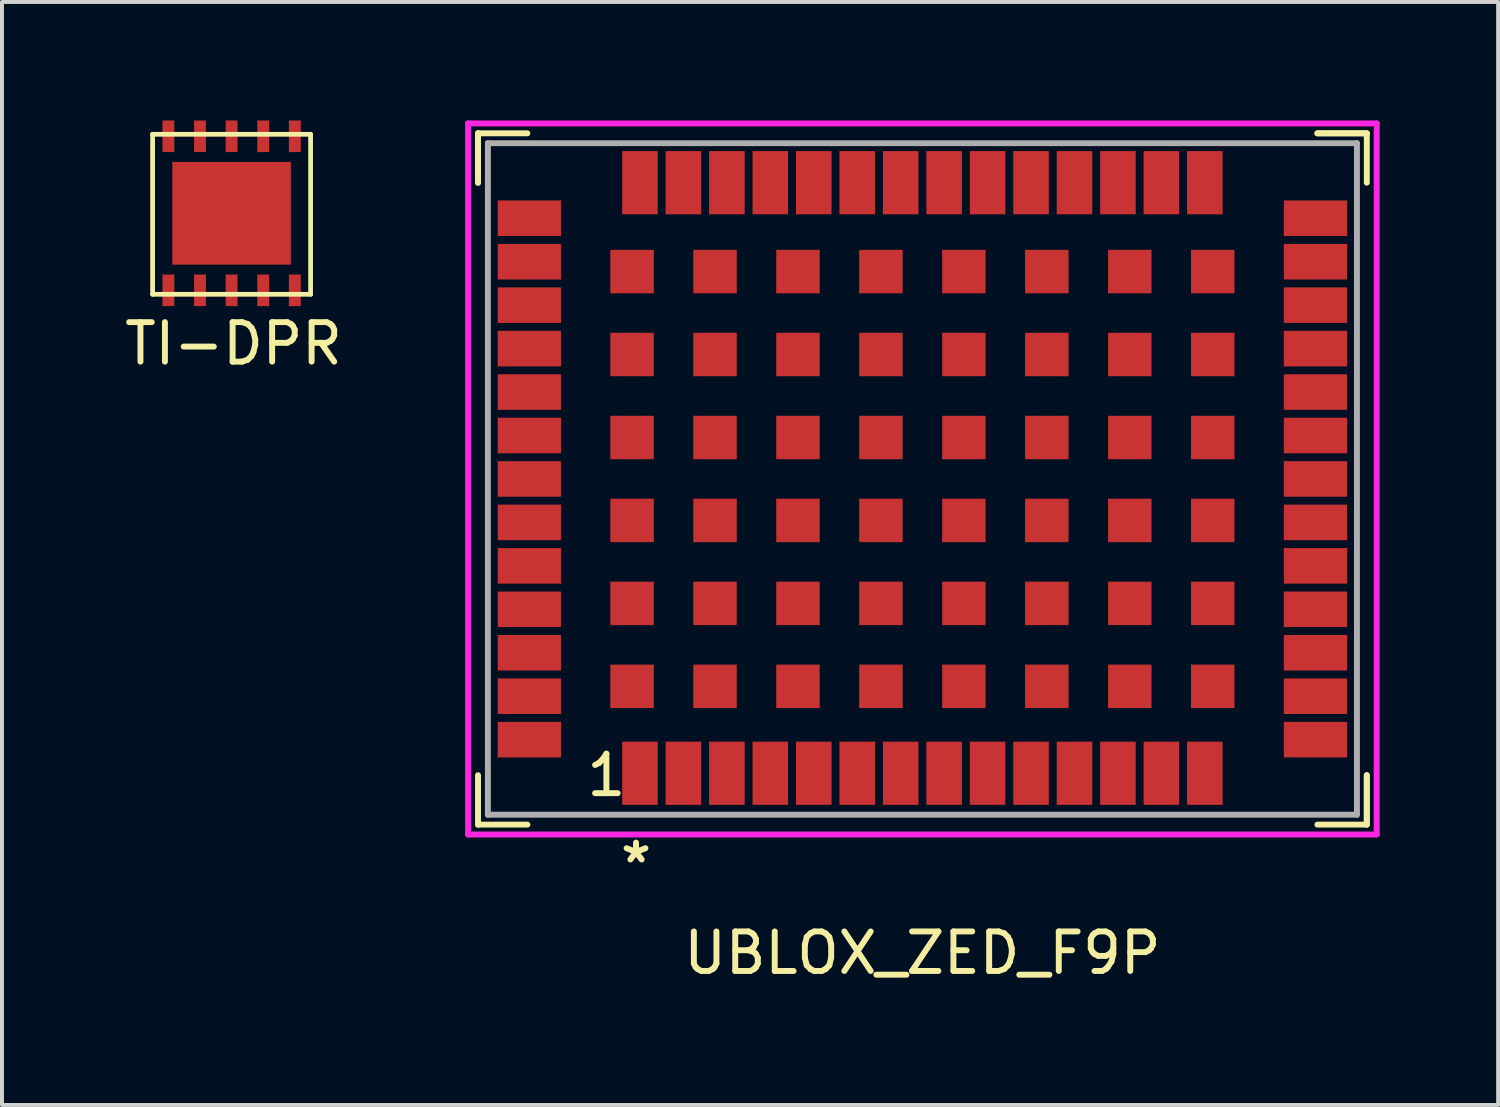
<source format=kicad_pcb>
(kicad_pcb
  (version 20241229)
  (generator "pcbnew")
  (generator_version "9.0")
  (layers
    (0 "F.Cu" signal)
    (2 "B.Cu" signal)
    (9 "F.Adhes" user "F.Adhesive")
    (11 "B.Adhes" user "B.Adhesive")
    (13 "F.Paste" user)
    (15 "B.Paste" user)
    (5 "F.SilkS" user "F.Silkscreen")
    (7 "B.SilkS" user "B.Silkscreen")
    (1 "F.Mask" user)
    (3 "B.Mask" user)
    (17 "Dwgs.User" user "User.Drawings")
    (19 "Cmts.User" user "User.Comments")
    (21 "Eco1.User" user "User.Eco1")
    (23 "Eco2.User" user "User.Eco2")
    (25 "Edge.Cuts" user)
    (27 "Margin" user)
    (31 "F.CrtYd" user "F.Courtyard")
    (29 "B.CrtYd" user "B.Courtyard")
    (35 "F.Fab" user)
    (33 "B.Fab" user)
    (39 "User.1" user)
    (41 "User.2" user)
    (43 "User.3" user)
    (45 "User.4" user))
  (footprint "UBLOX_ZED_F9P"
    (layer "F.Cu")
    (at 20.301 9.075)
    (property "Reference" "UBLOX_ZED_F9P" (at 0 12 0) (layer "F.SilkS") (effects (font (size 1 1) (thickness 0.15))))
    (attr through_hole)
    (fp_line (start -11.25 -8.75) (end -11.25 -7.5) (stroke (width 0.15) (type solid)) (layer "F.SilkS"))
    (fp_line (start -11.25 -8.75) (end -10 -8.75) (stroke (width 0.15) (type solid)) (layer "F.SilkS"))
    (fp_line (start -11.25 -7.5) (end -11.25 -8.75) (stroke (width 0.15) (type solid)) (layer "F.SilkS"))
    (fp_line (start -11.25 7.5) (end -11.25 8.75) (stroke (width 0.15) (type solid)) (layer "F.SilkS"))
    (fp_line (start -11.25 8.75) (end -10 8.75) (stroke (width 0.15) (type solid)) (layer "F.SilkS"))
    (fp_line (start 10 -8.75) (end 11.25 -8.75) (stroke (width 0.15) (type solid)) (layer "F.SilkS"))
    (fp_line (start 11.25 -8.75) (end 10 -8.75) (stroke (width 0.15) (type solid)) (layer "F.SilkS"))
    (fp_line (start 11.25 -8.75) (end 11.25 -7.5) (stroke (width 0.15) (type solid)) (layer "F.SilkS"))
    (fp_line (start 11.25 7.5) (end 11.25 8.75) (stroke (width 0.15) (type solid)) (layer "F.SilkS"))
    (fp_line (start 11.25 8.75) (end 10 8.75) (stroke (width 0.15) (type solid)) (layer "F.SilkS"))
    (fp_line (start 11.25 8.75) (end 11.25 7.5) (stroke (width 0.15) (type solid)) (layer "F.SilkS"))
    (fp_line (start -11.5 -9) (end 11.5 -9) (stroke (width 0.15) (type solid)) (layer "F.CrtYd"))
    (fp_line (start -11.5 9) (end -11.5 -9) (stroke (width 0.15) (type solid)) (layer "F.CrtYd"))
    (fp_line (start 11.5 -9) (end 11.5 9) (stroke (width 0.15) (type solid)) (layer "F.CrtYd"))
    (fp_line (start 11.5 9) (end -11.5 9) (stroke (width 0.15) (type solid)) (layer "F.CrtYd"))
    (fp_line (start -11 -8.5) (end 11 -8.5) (stroke (width 0.15) (type solid)) (layer "F.Fab"))
    (fp_line (start -11 8.5) (end -11 -8.5) (stroke (width 0.15) (type solid)) (layer "F.Fab"))
    (fp_line (start -11 8.5) (end 11 8.5) (stroke (width 0.15) (type solid)) (layer "F.Fab"))
    (fp_line (start 11 8.5) (end 11 -8.5) (stroke (width 0.15) (type solid)) (layer "F.Fab"))
    (fp_text user "*" (at -7.25 9.75 0) (layer "F.SilkS") (effects (font (size 1 1) (thickness 0.15))))
    (fp_text user "1" (at -8 7.5 0) (layer "F.SilkS") (effects (font (size 1 1) (thickness 0.15))))
    (pad "0" smd rect (at -7.35 -5.25) (size 1.1 1.1) (layers "F.Cu" "F.Mask" "F.Paste"))
    (pad "0" smd rect (at -7.35 -3.15) (size 1.1 1.1) (layers "F.Cu" "F.Mask" "F.Paste"))
    (pad "0" smd rect (at -7.35 -1.05) (size 1.1 1.1) (layers "F.Cu" "F.Mask" "F.Paste"))
    (pad "0" smd rect (at -7.35 1.05) (size 1.1 1.1) (layers "F.Cu" "F.Mask" "F.Paste"))
    (pad "0" smd rect (at -7.35 3.15) (size 1.1 1.1) (layers "F.Cu" "F.Mask" "F.Paste"))
    (pad "0" smd rect (at -7.35 5.25) (size 1.1 1.1) (layers "F.Cu" "F.Mask" "F.Paste"))
    (pad "0" smd rect (at -5.25 -5.25) (size 1.1 1.1) (layers "F.Cu" "F.Mask" "F.Paste"))
    (pad "0" smd rect (at -5.25 -3.15) (size 1.1 1.1) (layers "F.Cu" "F.Mask" "F.Paste"))
    (pad "0" smd rect (at -5.25 -1.05) (size 1.1 1.1) (layers "F.Cu" "F.Mask" "F.Paste"))
    (pad "0" smd rect (at -5.25 1.05) (size 1.1 1.1) (layers "F.Cu" "F.Mask" "F.Paste"))
    (pad "0" smd rect (at -5.25 3.15) (size 1.1 1.1) (layers "F.Cu" "F.Mask" "F.Paste"))
    (pad "0" smd rect (at -5.25 5.25) (size 1.1 1.1) (layers "F.Cu" "F.Mask" "F.Paste"))
    (pad "0" smd rect (at -3.15 -5.25) (size 1.1 1.1) (layers "F.Cu" "F.Mask" "F.Paste"))
    (pad "0" smd rect (at -3.15 -3.15) (size 1.1 1.1) (layers "F.Cu" "F.Mask" "F.Paste"))
    (pad "0" smd rect (at -3.15 -1.05) (size 1.1 1.1) (layers "F.Cu" "F.Mask" "F.Paste"))
    (pad "0" smd rect (at -3.15 1.05) (size 1.1 1.1) (layers "F.Cu" "F.Mask" "F.Paste"))
    (pad "0" smd rect (at -3.15 3.15) (size 1.1 1.1) (layers "F.Cu" "F.Mask" "F.Paste"))
    (pad "0" smd rect (at -3.15 5.25) (size 1.1 1.1) (layers "F.Cu" "F.Mask" "F.Paste"))
    (pad "0" smd rect (at -1.05 -5.25) (size 1.1 1.1) (layers "F.Cu" "F.Mask" "F.Paste"))
    (pad "0" smd rect (at -1.05 -3.15) (size 1.1 1.1) (layers "F.Cu" "F.Mask" "F.Paste"))
    (pad "0" smd rect (at -1.05 -1.05) (size 1.1 1.1) (layers "F.Cu" "F.Mask" "F.Paste"))
    (pad "0" smd rect (at -1.05 1.05) (size 1.1 1.1) (layers "F.Cu" "F.Mask" "F.Paste"))
    (pad "0" smd rect (at -1.05 3.15) (size 1.1 1.1) (layers "F.Cu" "F.Mask" "F.Paste"))
    (pad "0" smd rect (at -1.05 5.25) (size 1.1 1.1) (layers "F.Cu" "F.Mask" "F.Paste"))
    (pad "0" smd rect (at 1.05 -5.25) (size 1.1 1.1) (layers "F.Cu" "F.Mask" "F.Paste"))
    (pad "0" smd rect (at 1.05 -3.15) (size 1.1 1.1) (layers "F.Cu" "F.Mask" "F.Paste"))
    (pad "0" smd rect (at 1.05 -1.05) (size 1.1 1.1) (layers "F.Cu" "F.Mask" "F.Paste"))
    (pad "0" smd rect (at 1.05 1.05) (size 1.1 1.1) (layers "F.Cu" "F.Mask" "F.Paste"))
    (pad "0" smd rect (at 1.05 3.15) (size 1.1 1.1) (layers "F.Cu" "F.Mask" "F.Paste"))
    (pad "0" smd rect (at 1.05 5.25) (size 1.1 1.1) (layers "F.Cu" "F.Mask" "F.Paste"))
    (pad "0" smd rect (at 3.15 -5.25) (size 1.1 1.1) (layers "F.Cu" "F.Mask" "F.Paste"))
    (pad "0" smd rect (at 3.15 -3.15) (size 1.1 1.1) (layers "F.Cu" "F.Mask" "F.Paste"))
    (pad "0" smd rect (at 3.15 -1.05) (size 1.1 1.1) (layers "F.Cu" "F.Mask" "F.Paste"))
    (pad "0" smd rect (at 3.15 1.05) (size 1.1 1.1) (layers "F.Cu" "F.Mask" "F.Paste"))
    (pad "0" smd rect (at 3.15 3.15) (size 1.1 1.1) (layers "F.Cu" "F.Mask" "F.Paste"))
    (pad "0" smd rect (at 3.15 5.25) (size 1.1 1.1) (layers "F.Cu" "F.Mask" "F.Paste"))
    (pad "0" smd rect (at 5.25 -5.25) (size 1.1 1.1) (layers "F.Cu" "F.Mask" "F.Paste"))
    (pad "0" smd rect (at 5.25 -3.15) (size 1.1 1.1) (layers "F.Cu" "F.Mask" "F.Paste"))
    (pad "0" smd rect (at 5.25 -1.05) (size 1.1 1.1) (layers "F.Cu" "F.Mask" "F.Paste"))
    (pad "0" smd rect (at 5.25 1.05) (size 1.1 1.1) (layers "F.Cu" "F.Mask" "F.Paste"))
    (pad "0" smd rect (at 5.25 3.15) (size 1.1 1.1) (layers "F.Cu" "F.Mask" "F.Paste"))
    (pad "0" smd rect (at 5.25 5.25) (size 1.1 1.1) (layers "F.Cu" "F.Mask" "F.Paste"))
    (pad "0" smd rect (at 7.35 -5.25) (size 1.1 1.1) (layers "F.Cu" "F.Mask" "F.Paste"))
    (pad "0" smd rect (at 7.35 -3.15) (size 1.1 1.1) (layers "F.Cu" "F.Mask" "F.Paste"))
    (pad "0" smd rect (at 7.35 -1.05) (size 1.1 1.1) (layers "F.Cu" "F.Mask" "F.Paste"))
    (pad "0" smd rect (at 7.35 1.05) (size 1.1 1.1) (layers "F.Cu" "F.Mask" "F.Paste"))
    (pad "0" smd rect (at 7.35 3.15) (size 1.1 1.1) (layers "F.Cu" "F.Mask" "F.Paste"))
    (pad "0" smd rect (at 7.35 5.25) (size 1.1 1.1) (layers "F.Cu" "F.Mask" "F.Paste"))
    (pad "1" smd rect (at -7.15 7.45) (size 0.9 1.6) (layers "F.Cu" "F.Mask" "F.Paste"))
    (pad "2" smd rect (at -6.05 7.45) (size 0.9 1.6) (layers "F.Cu" "F.Mask" "F.Paste"))
    (pad "3" smd rect (at -4.95 7.45) (size 0.9 1.6) (layers "F.Cu" "F.Mask" "F.Paste"))
    (pad "4" smd rect (at -3.85 7.45) (size 0.9 1.6) (layers "F.Cu" "F.Mask" "F.Paste"))
    (pad "5" smd rect (at -2.75 7.45) (size 0.9 1.6) (layers "F.Cu" "F.Mask" "F.Paste"))
    (pad "6" smd rect (at -1.65 7.45) (size 0.9 1.6) (layers "F.Cu" "F.Mask" "F.Paste"))
    (pad "7" smd rect (at -0.55 7.45) (size 0.9 1.6) (layers "F.Cu" "F.Mask" "F.Paste"))
    (pad "8" smd rect (at 0.55 7.45) (size 0.9 1.6) (layers "F.Cu" "F.Mask" "F.Paste"))
    (pad "9" smd rect (at 1.65 7.45) (size 0.9 1.6) (layers "F.Cu" "F.Mask" "F.Paste"))
    (pad "10" smd rect (at 2.75 7.45) (size 0.9 1.6) (layers "F.Cu" "F.Mask" "F.Paste"))
    (pad "11" smd rect (at 3.85 7.45) (size 0.9 1.6) (layers "F.Cu" "F.Mask" "F.Paste"))
    (pad "12" smd rect (at 4.95 7.45) (size 0.9 1.6) (layers "F.Cu" "F.Mask" "F.Paste"))
    (pad "13" smd rect (at 6.05 7.45) (size 0.9 1.6) (layers "F.Cu" "F.Mask" "F.Paste"))
    (pad "14" smd rect (at 7.15 7.45) (size 0.9 1.6) (layers "F.Cu" "F.Mask" "F.Paste"))
    (pad "15" smd rect (at 9.95 6.6) (size 1.6 0.9) (layers "F.Cu" "F.Mask" "F.Paste"))
    (pad "16" smd rect (at 9.95 5.5) (size 1.6 0.9) (layers "F.Cu" "F.Mask" "F.Paste"))
    (pad "17" smd rect (at 9.95 4.4) (size 1.6 0.9) (layers "F.Cu" "F.Mask" "F.Paste"))
    (pad "18" smd rect (at 9.95 3.3) (size 1.6 0.9) (layers "F.Cu" "F.Mask" "F.Paste"))
    (pad "19" smd rect (at 9.95 2.2) (size 1.6 0.9) (layers "F.Cu" "F.Mask" "F.Paste"))
    (pad "20" smd rect (at 9.95 1.1) (size 1.6 0.9) (layers "F.Cu" "F.Mask" "F.Paste"))
    (pad "21" smd rect (at 9.95 0) (size 1.6 0.9) (layers "F.Cu" "F.Mask" "F.Paste"))
    (pad "22" smd rect (at 9.95 -1.1) (size 1.6 0.9) (layers "F.Cu" "F.Mask" "F.Paste"))
    (pad "23" smd rect (at 9.95 -2.2) (size 1.6 0.9) (layers "F.Cu" "F.Mask" "F.Paste"))
    (pad "24" smd rect (at 9.95 -3.3) (size 1.6 0.9) (layers "F.Cu" "F.Mask" "F.Paste"))
    (pad "25" smd rect (at 9.95 -4.4) (size 1.6 0.9) (layers "F.Cu" "F.Mask" "F.Paste"))
    (pad "26" smd rect (at 9.95 -5.5) (size 1.6 0.9) (layers "F.Cu" "F.Mask" "F.Paste"))
    (pad "27" smd rect (at 9.95 -6.6) (size 1.6 0.9) (layers "F.Cu" "F.Mask" "F.Paste"))
    (pad "28" smd rect (at 7.15 -7.5) (size 0.9 1.6) (layers "F.Cu" "F.Mask" "F.Paste"))
    (pad "29" smd rect (at 6.05 -7.5) (size 0.9 1.6) (layers "F.Cu" "F.Mask" "F.Paste"))
    (pad "30" smd rect (at 4.95 -7.5) (size 0.9 1.6) (layers "F.Cu" "F.Mask" "F.Paste"))
    (pad "31" smd rect (at 3.85 -7.5) (size 0.9 1.6) (layers "F.Cu" "F.Mask" "F.Paste"))
    (pad "32" smd rect (at 2.75 -7.5) (size 0.9 1.6) (layers "F.Cu" "F.Mask" "F.Paste"))
    (pad "33" smd rect (at 1.65 -7.5) (size 0.9 1.6) (layers "F.Cu" "F.Mask" "F.Paste"))
    (pad "34" smd rect (at 0.55 -7.5) (size 0.9 1.6) (layers "F.Cu" "F.Mask" "F.Paste"))
    (pad "35" smd rect (at -0.55 -7.5) (size 0.9 1.6) (layers "F.Cu" "F.Mask" "F.Paste"))
    (pad "36" smd rect (at -1.65 -7.5) (size 0.9 1.6) (layers "F.Cu" "F.Mask" "F.Paste"))
    (pad "37" smd rect (at -2.75 -7.5) (size 0.9 1.6) (layers "F.Cu" "F.Mask" "F.Paste"))
    (pad "38" smd rect (at -3.85 -7.5) (size 0.9 1.6) (layers "F.Cu" "F.Mask" "F.Paste"))
    (pad "39" smd rect (at -4.95 -7.5) (size 0.9 1.6) (layers "F.Cu" "F.Mask" "F.Paste"))
    (pad "40" smd rect (at -6.05 -7.5) (size 0.9 1.6) (layers "F.Cu" "F.Mask" "F.Paste"))
    (pad "41" smd rect (at -7.15 -7.5) (size 0.9 1.6) (layers "F.Cu" "F.Mask" "F.Paste"))
    (pad "42" smd rect (at -9.95 -6.6) (size 1.6 0.9) (layers "F.Cu" "F.Mask" "F.Paste"))
    (pad "43" smd rect (at -9.95 -5.5) (size 1.6 0.9) (layers "F.Cu" "F.Mask" "F.Paste"))
    (pad "44" smd rect (at -9.95 -4.4) (size 1.6 0.9) (layers "F.Cu" "F.Mask" "F.Paste"))
    (pad "45" smd rect (at -9.95 -3.3) (size 1.6 0.9) (layers "F.Cu" "F.Mask" "F.Paste"))
    (pad "46" smd rect (at -9.95 -2.2) (size 1.6 0.9) (layers "F.Cu" "F.Mask" "F.Paste"))
    (pad "47" smd rect (at -9.95 -1.1) (size 1.6 0.9) (layers "F.Cu" "F.Mask" "F.Paste"))
    (pad "48" smd rect (at -9.95 0) (size 1.6 0.9) (layers "F.Cu" "F.Mask" "F.Paste"))
    (pad "49" smd rect (at -9.95 1.1) (size 1.6 0.9) (layers "F.Cu" "F.Mask" "F.Paste"))
    (pad "50" smd rect (at -9.95 2.2) (size 1.6 0.9) (layers "F.Cu" "F.Mask" "F.Paste"))
    (pad "51" smd rect (at -9.95 3.3) (size 1.6 0.9) (layers "F.Cu" "F.Mask" "F.Paste"))
    (pad "52" smd rect (at -9.95 4.4) (size 1.6 0.9) (layers "F.Cu" "F.Mask" "F.Paste"))
    (pad "53" smd rect (at -9.95 5.5) (size 1.6 0.9) (layers "F.Cu" "F.Mask" "F.Paste"))
    (pad "54" smd rect (at -9.95 6.6) (size 1.6 0.9) (layers "F.Cu" "F.Mask" "F.Paste")))
  (footprint "TI-DPR"
    (layer "F.Cu")
    (at 2.813 2.35)
    (property "Reference" "TI-DPR" (at 0.05 3.3 0) (unlocked yes) (layer "F.SilkS") (effects (font (size 1 1) (thickness 0.15))))
    (attr through_hole)
    (fp_line (start -2 -2) (end 2 -2) (stroke (width 0.12) (type solid)) (layer "F.SilkS"))
    (fp_line (start -2 2.05) (end -2 -2) (stroke (width 0.12) (type solid)) (layer "F.SilkS"))
    (fp_line (start 2 -2) (end 2 2.05) (stroke (width 0.12) (type solid)) (layer "F.SilkS"))
    (fp_line (start 2 2.05) (end -2 2.05) (stroke (width 0.12) (type solid)) (layer "F.SilkS"))
    (pad "1" connect rect (at -1.6 1.95) (size 0.3 0.8) (layers "F.Cu" "F.Mask"))
    (pad "2" connect rect (at -0.8 1.95) (size 0.3 0.8) (layers "F.Cu" "F.Mask"))
    (pad "3" connect rect (at 0 1.95) (size 0.3 0.8) (layers "F.Cu" "F.Mask"))
    (pad "4" connect rect (at 0.8 1.95) (size 0.3 0.8) (layers "F.Cu" "F.Mask"))
    (pad "5" connect rect (at 1.6 1.95) (size 0.3 0.8) (layers "F.Cu" "F.Mask"))
    (pad "6" connect rect (at 1.6 -1.95) (size 0.3 0.8) (layers "F.Cu" "F.Mask"))
    (pad "7" connect rect (at 0.8 -1.95) (size 0.3 0.8) (layers "F.Cu" "F.Mask"))
    (pad "8" connect rect (at 0 -1.95) (size 0.3 0.8) (layers "F.Cu" "F.Mask"))
    (pad "9" connect rect (at -0.8 -1.95) (size 0.3 0.8) (layers "F.Cu" "F.Mask"))
    (pad "10" connect rect (at -1.6 -1.95) (size 0.3 0.8) (layers "F.Cu" "F.Mask"))
    (pad "11" connect rect (at 0 0) (size 3 2.6) (layers "F.Cu" "F.Mask")))
  (gr_rect
    (start -3 -3)
    (end 34.876 24.923)
    (stroke (width 0.1) (type default))
    (fill no)
    (layer "Edge.Cuts")))
</source>
